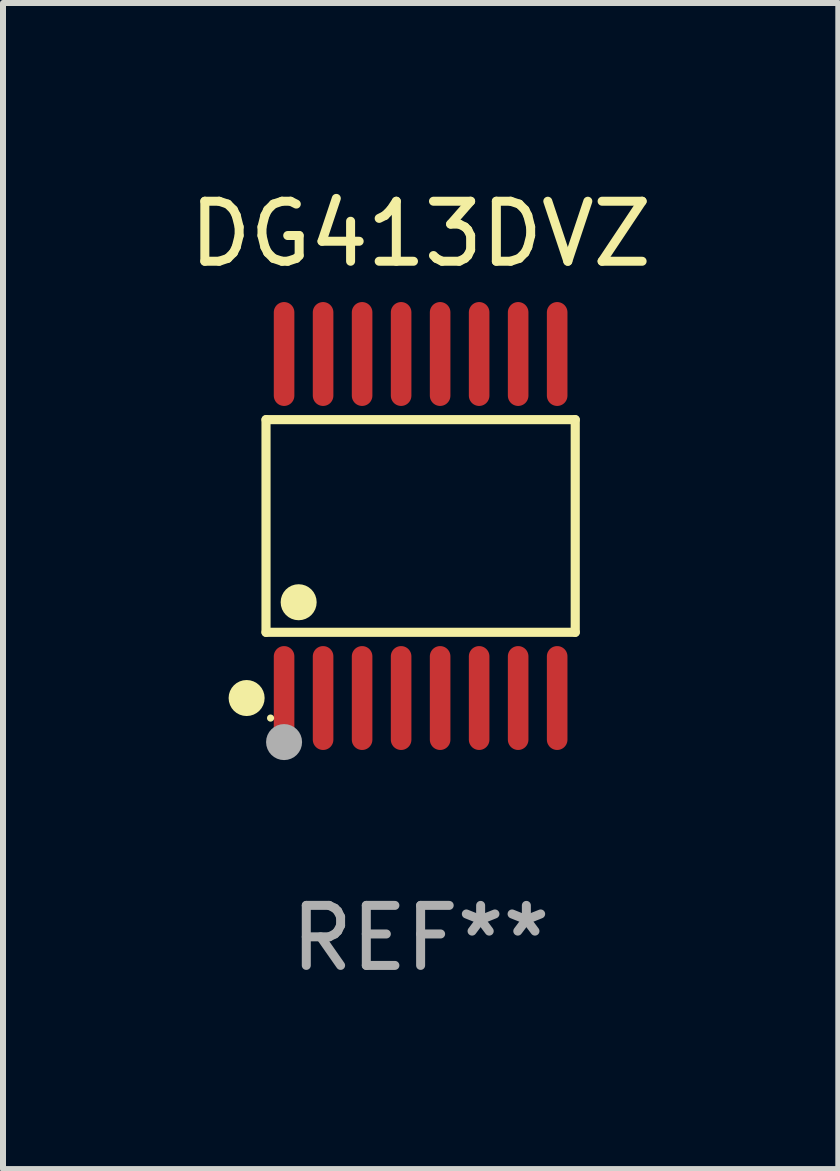
<source format=kicad_pcb>
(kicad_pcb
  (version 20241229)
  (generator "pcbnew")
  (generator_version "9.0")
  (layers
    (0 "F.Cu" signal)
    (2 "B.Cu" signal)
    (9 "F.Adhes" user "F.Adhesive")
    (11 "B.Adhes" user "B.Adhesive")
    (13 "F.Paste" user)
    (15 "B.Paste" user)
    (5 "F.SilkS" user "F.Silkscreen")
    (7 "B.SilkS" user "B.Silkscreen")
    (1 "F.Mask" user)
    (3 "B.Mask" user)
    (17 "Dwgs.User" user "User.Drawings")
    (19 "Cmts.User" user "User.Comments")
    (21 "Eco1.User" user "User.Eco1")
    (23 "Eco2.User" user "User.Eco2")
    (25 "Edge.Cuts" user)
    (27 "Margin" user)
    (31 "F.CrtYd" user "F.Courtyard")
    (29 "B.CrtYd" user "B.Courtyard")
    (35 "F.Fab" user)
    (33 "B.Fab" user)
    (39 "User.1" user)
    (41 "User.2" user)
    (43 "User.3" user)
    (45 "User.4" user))
  (footprint "DG413DVZ"
    (layer "F.Cu")
    (at 3.958 5.714)
    (property "Reference" "DG413DVZ" (at 0 -4.866 0) (layer "F.SilkS") (effects (font (size 1 1) (thickness 0.15))))
    (attr through_hole)
    (fp_line (start -2.576 -1.772) (end 2.576 -1.772) (stroke (width 0.152) (type solid)) (layer "F.SilkS"))
    (fp_line (start -2.576 1.771) (end -2.576 -1.772) (stroke (width 0.152) (type solid)) (layer "F.SilkS"))
    (fp_line (start 2.576 -1.772) (end 2.576 1.771) (stroke (width 0.152) (type solid)) (layer "F.SilkS"))
    (fp_line (start 2.576 1.771) (end -2.576 1.771) (stroke (width 0.152) (type solid)) (layer "F.SilkS"))
    (fp_circle (center -2.899 2.866) (end -2.749 2.866) (stroke (width 0.3) (type solid)) (fill no) (layer "F.SilkS"))
    (fp_circle (center -2.5 3.2) (end -2.47 3.2) (stroke (width 0.06) (type solid)) (fill no) (layer "F.SilkS"))
    (fp_circle (center -2.032 1.27) (end -1.882 1.27) (stroke (width 0.3) (type solid)) (fill no) (layer "F.SilkS"))
    (fp_circle (center -2.275 3.6) (end -2.125 3.6) (stroke (width 0.3) (type solid)) (fill no) (layer "F.Fab"))
    (fp_text user "REF**" (at 0 6.866 0) (layer "F.Fab") (effects (font (size 1 1) (thickness 0.15))))
    (pad "1" smd oval (at -2.275 2.866) (size 0.343 1.731) (layers "F.Cu" "F.Mask" "F.Paste"))
    (pad "2" smd oval (at -1.625 2.866) (size 0.343 1.731) (layers "F.Cu" "F.Mask" "F.Paste"))
    (pad "3" smd oval (at -0.975 2.866) (size 0.343 1.731) (layers "F.Cu" "F.Mask" "F.Paste"))
    (pad "4" smd oval (at -0.325 2.866) (size 0.343 1.731) (layers "F.Cu" "F.Mask" "F.Paste"))
    (pad "5" smd oval (at 0.325 2.866) (size 0.343 1.731) (layers "F.Cu" "F.Mask" "F.Paste"))
    (pad "6" smd oval (at 0.975 2.866) (size 0.343 1.731) (layers "F.Cu" "F.Mask" "F.Paste"))
    (pad "7" smd oval (at 1.625 2.866) (size 0.343 1.731) (layers "F.Cu" "F.Mask" "F.Paste"))
    (pad "8" smd oval (at 2.275 2.866) (size 0.343 1.731) (layers "F.Cu" "F.Mask" "F.Paste"))
    (pad "9" smd oval (at 2.275 -2.866) (size 0.343 1.731) (layers "F.Cu" "F.Mask" "F.Paste"))
    (pad "10" smd oval (at 1.625 -2.866) (size 0.343 1.731) (layers "F.Cu" "F.Mask" "F.Paste"))
    (pad "11" smd oval (at 0.975 -2.866) (size 0.343 1.731) (layers "F.Cu" "F.Mask" "F.Paste"))
    (pad "12" smd oval (at 0.325 -2.866) (size 0.343 1.731) (layers "F.Cu" "F.Mask" "F.Paste"))
    (pad "13" smd oval (at -0.325 -2.866) (size 0.343 1.731) (layers "F.Cu" "F.Mask" "F.Paste"))
    (pad "14" smd oval (at -0.975 -2.866) (size 0.343 1.731) (layers "F.Cu" "F.Mask" "F.Paste"))
    (pad "15" smd oval (at -1.625 -2.866) (size 0.343 1.731) (layers "F.Cu" "F.Mask" "F.Paste"))
    (pad "16" smd oval (at -2.275 -2.866) (size 0.343 1.731) (layers "F.Cu" "F.Mask" "F.Paste")))
  (gr_rect
    (start -3 -3)
    (end 10.917 16.428)
    (stroke (width 0.1) (type default))
    (fill no)
    (layer "Edge.Cuts")))
</source>
